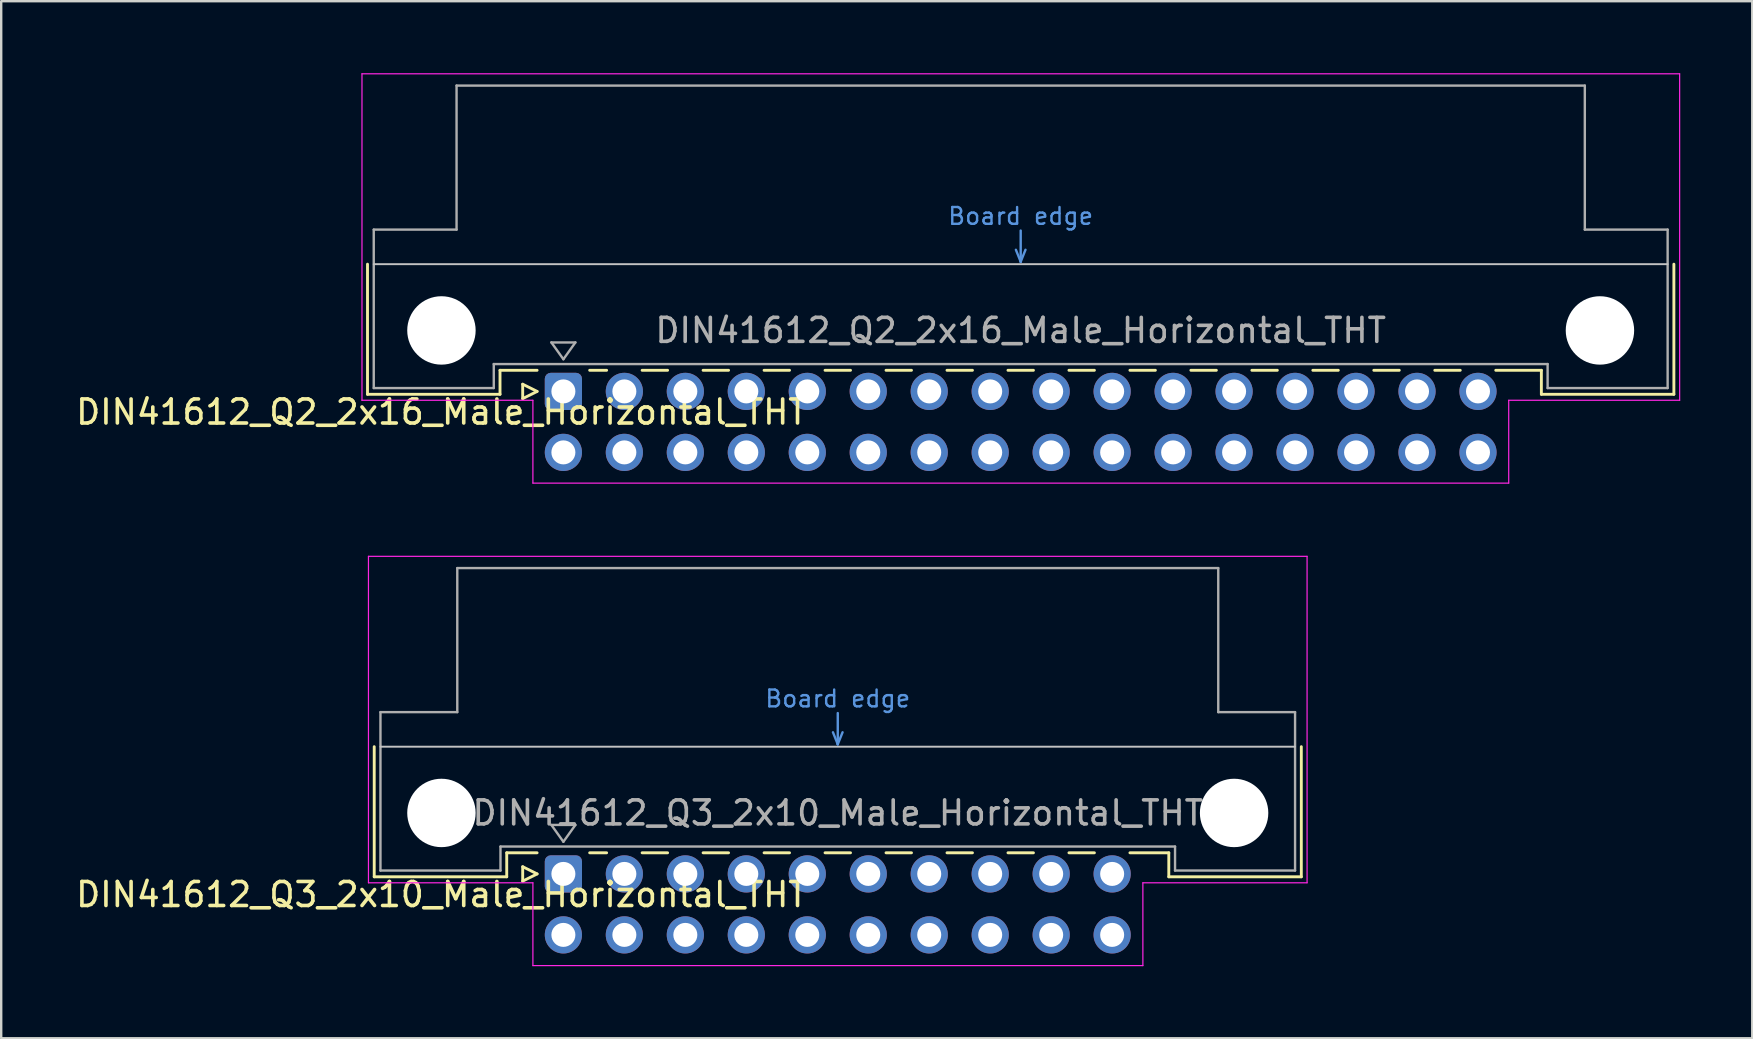
<source format=kicad_pcb>
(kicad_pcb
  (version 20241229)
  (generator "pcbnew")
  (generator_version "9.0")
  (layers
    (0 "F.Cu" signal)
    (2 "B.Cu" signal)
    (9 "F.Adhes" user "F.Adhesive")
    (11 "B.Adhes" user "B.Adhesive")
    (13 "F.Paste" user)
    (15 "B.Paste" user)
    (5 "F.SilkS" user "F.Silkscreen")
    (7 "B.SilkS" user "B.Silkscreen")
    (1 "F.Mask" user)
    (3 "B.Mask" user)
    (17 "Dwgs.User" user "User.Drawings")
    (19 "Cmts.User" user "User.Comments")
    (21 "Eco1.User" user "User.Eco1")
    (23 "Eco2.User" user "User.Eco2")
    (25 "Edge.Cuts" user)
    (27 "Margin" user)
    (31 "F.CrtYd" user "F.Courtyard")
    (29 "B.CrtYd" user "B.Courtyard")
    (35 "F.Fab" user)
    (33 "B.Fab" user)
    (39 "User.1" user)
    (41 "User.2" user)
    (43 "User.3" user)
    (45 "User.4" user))
  (footprint "DIN41612_Q2_2x16_Male_Horizontal_THT"
    (layer "F.Cu")
    (at 20.419 13.255)
    (property "Reference" "DIN41612_Q2_2x16_Male_Horizontal_THT" (at -5.08 0.86 0) (layer "F.SilkS") (effects (font (size 1 1) (thickness 0.15))))
    (attr through_hole)
    (fp_line (start -8.16 -5.3) (end -8.16 0.12) (stroke (width 0.12) (type solid)) (layer "F.SilkS"))
    (fp_line (start -8.16 0.12) (end -2.64 0.12) (stroke (width 0.12) (type solid)) (layer "F.SilkS"))
    (fp_line (start -2.64 -0.88) (end -1.095 -0.88) (stroke (width 0.12) (type solid)) (layer "F.SilkS"))
    (fp_line (start -2.64 0.12) (end -2.64 -0.88) (stroke (width 0.12) (type solid)) (layer "F.SilkS"))
    (fp_line (start -1.695 -0.3) (end -1.695 0.3) (stroke (width 0.12) (type solid)) (layer "F.SilkS"))
    (fp_line (start -1.695 0.3) (end -1.095 0) (stroke (width 0.12) (type solid)) (layer "F.SilkS"))
    (fp_line (start -1.095 0) (end -1.695 -0.3) (stroke (width 0.12) (type solid)) (layer "F.SilkS"))
    (fp_line (start 1.095 -0.88) (end 1.801 -0.88) (stroke (width 0.12) (type solid)) (layer "F.SilkS"))
    (fp_line (start 3.28 -0.88) (end 4.341 -0.88) (stroke (width 0.12) (type solid)) (layer "F.SilkS"))
    (fp_line (start 5.82 -0.88) (end 6.881 -0.88) (stroke (width 0.12) (type solid)) (layer "F.SilkS"))
    (fp_line (start 8.36 -0.88) (end 9.421 -0.88) (stroke (width 0.12) (type solid)) (layer "F.SilkS"))
    (fp_line (start 10.9 -0.88) (end 11.961 -0.88) (stroke (width 0.12) (type solid)) (layer "F.SilkS"))
    (fp_line (start 13.44 -0.88) (end 14.501 -0.88) (stroke (width 0.12) (type solid)) (layer "F.SilkS"))
    (fp_line (start 15.98 -0.88) (end 17.041 -0.88) (stroke (width 0.12) (type solid)) (layer "F.SilkS"))
    (fp_line (start 18.52 -0.88) (end 19.581 -0.88) (stroke (width 0.12) (type solid)) (layer "F.SilkS"))
    (fp_line (start 21.06 -0.88) (end 22.121 -0.88) (stroke (width 0.12) (type solid)) (layer "F.SilkS"))
    (fp_line (start 23.6 -0.88) (end 24.661 -0.88) (stroke (width 0.12) (type solid)) (layer "F.SilkS"))
    (fp_line (start 26.14 -0.88) (end 27.201 -0.88) (stroke (width 0.12) (type solid)) (layer "F.SilkS"))
    (fp_line (start 28.68 -0.88) (end 29.741 -0.88) (stroke (width 0.12) (type solid)) (layer "F.SilkS"))
    (fp_line (start 31.22 -0.88) (end 32.281 -0.88) (stroke (width 0.12) (type solid)) (layer "F.SilkS"))
    (fp_line (start 33.76 -0.88) (end 34.821 -0.88) (stroke (width 0.12) (type solid)) (layer "F.SilkS"))
    (fp_line (start 36.3 -0.88) (end 37.361 -0.88) (stroke (width 0.12) (type solid)) (layer "F.SilkS"))
    (fp_line (start 38.84 -0.88) (end 40.74 -0.88) (stroke (width 0.12) (type solid)) (layer "F.SilkS"))
    (fp_line (start 40.74 0.12) (end 40.74 -0.88) (stroke (width 0.12) (type solid)) (layer "F.SilkS"))
    (fp_line (start 46.26 -5.3) (end 46.26 0.12) (stroke (width 0.12) (type solid)) (layer "F.SilkS"))
    (fp_line (start 46.26 0.12) (end 40.74 0.12) (stroke (width 0.12) (type solid)) (layer "F.SilkS"))
    (fp_line (start -7.9 -5.3) (end 46 -5.3) (stroke (width 0.08) (type solid)) (layer "Dwgs.User"))
    (fp_line (start 18.85 -5.9) (end 19.05 -5.4) (stroke (width 0.1) (type solid)) (layer "Cmts.User"))
    (fp_line (start 19.05 -5.4) (end 19.05 -6.7) (stroke (width 0.1) (type solid)) (layer "Cmts.User"))
    (fp_line (start 19.05 -5.4) (end 19.25 -5.9) (stroke (width 0.1) (type solid)) (layer "Cmts.User"))
    (fp_line (start -8.39 -13.23) (end -8.39 0.37) (stroke (width 0.05) (type solid)) (layer "F.CrtYd"))
    (fp_line (start -8.39 0.37) (end -1.27 0.37) (stroke (width 0.05) (type solid)) (layer "F.CrtYd"))
    (fp_line (start -1.27 0.37) (end -1.27 3.82) (stroke (width 0.05) (type solid)) (layer "F.CrtYd"))
    (fp_line (start -1.27 3.82) (end 39.38 3.82) (stroke (width 0.05) (type solid)) (layer "F.CrtYd"))
    (fp_line (start 39.38 0.37) (end 46.5 0.37) (stroke (width 0.05) (type solid)) (layer "F.CrtYd"))
    (fp_line (start 39.38 3.82) (end 39.38 0.37) (stroke (width 0.05) (type solid)) (layer "F.CrtYd"))
    (fp_line (start 46.5 -13.23) (end -8.39 -13.23) (stroke (width 0.05) (type solid)) (layer "F.CrtYd"))
    (fp_line (start 46.5 0.37) (end 46.5 -13.23) (stroke (width 0.05) (type solid)) (layer "F.CrtYd"))
    (fp_line (start -7.9 -6.74) (end -7.9 -0.14) (stroke (width 0.1) (type solid)) (layer "F.Fab"))
    (fp_line (start -7.9 -0.14) (end -2.9 -0.14) (stroke (width 0.1) (type solid)) (layer "F.Fab"))
    (fp_line (start -4.45 -12.74) (end -4.45 -6.74) (stroke (width 0.1) (type solid)) (layer "F.Fab"))
    (fp_line (start -4.45 -6.74) (end -7.9 -6.74) (stroke (width 0.1) (type solid)) (layer "F.Fab"))
    (fp_line (start -2.9 -1.14) (end 41 -1.14) (stroke (width 0.1) (type solid)) (layer "F.Fab"))
    (fp_line (start -2.9 -0.14) (end -2.9 -1.14) (stroke (width 0.1) (type solid)) (layer "F.Fab"))
    (fp_line (start -0.5 -2.04) (end 0.5 -2.04) (stroke (width 0.1) (type solid)) (layer "F.Fab"))
    (fp_line (start 0 -1.34) (end -0.5 -2.04) (stroke (width 0.1) (type solid)) (layer "F.Fab"))
    (fp_line (start 0.5 -2.04) (end 0 -1.34) (stroke (width 0.1) (type solid)) (layer "F.Fab"))
    (fp_line (start 41 -1.14) (end 41 -0.14) (stroke (width 0.1) (type solid)) (layer "F.Fab"))
    (fp_line (start 41 -0.14) (end 46 -0.14) (stroke (width 0.1) (type solid)) (layer "F.Fab"))
    (fp_line (start 42.55 -12.74) (end -4.45 -12.74) (stroke (width 0.1) (type solid)) (layer "F.Fab"))
    (fp_line (start 42.55 -6.74) (end 42.55 -12.74) (stroke (width 0.1) (type solid)) (layer "F.Fab"))
    (fp_line (start 46 -6.74) (end 42.55 -6.74) (stroke (width 0.1) (type solid)) (layer "F.Fab"))
    (fp_line (start 46 -0.14) (end 46 -6.74) (stroke (width 0.1) (type solid)) (layer "F.Fab"))
    (fp_text user "Board edge" (at 19.05 -7.3 0) (layer "Cmts.User") (effects (font (size 0.7 0.7) (thickness 0.1))))
    (fp_text user "${REFERENCE}" (at 19.05 -2.54 0) (layer "F.Fab") (effects (font (size 1 1) (thickness 0.15))))
    (pad "" np_thru_hole circle (at -5.08 -2.54) (size 2.85 2.85) (drill 2.85) (layers "*.Cu" "*.Mask"))
    (pad "" np_thru_hole circle (at 43.18 -2.54) (size 2.85 2.85) (drill 2.85) (layers "*.Cu" "*.Mask"))
    (pad "a1" thru_hole roundrect (at 0 0) (size 1.55 1.55) (drill 1) (layers "*.Cu" "*.Mask") (roundrect_rratio 0.161))
    (pad "a2" thru_hole circle (at 2.54 0) (size 1.55 1.55) (drill 1) (layers "*.Cu" "*.Mask"))
    (pad "a3" thru_hole circle (at 5.08 0) (size 1.55 1.55) (drill 1) (layers "*.Cu" "*.Mask"))
    (pad "a4" thru_hole circle (at 7.62 0) (size 1.55 1.55) (drill 1) (layers "*.Cu" "*.Mask"))
    (pad "a5" thru_hole circle (at 10.16 0) (size 1.55 1.55) (drill 1) (layers "*.Cu" "*.Mask"))
    (pad "a6" thru_hole circle (at 12.7 0) (size 1.55 1.55) (drill 1) (layers "*.Cu" "*.Mask"))
    (pad "a7" thru_hole circle (at 15.24 0) (size 1.55 1.55) (drill 1) (layers "*.Cu" "*.Mask"))
    (pad "a8" thru_hole circle (at 17.78 0) (size 1.55 1.55) (drill 1) (layers "*.Cu" "*.Mask"))
    (pad "a9" thru_hole circle (at 20.32 0) (size 1.55 1.55) (drill 1) (layers "*.Cu" "*.Mask"))
    (pad "a10" thru_hole circle (at 22.86 0) (size 1.55 1.55) (drill 1) (layers "*.Cu" "*.Mask"))
    (pad "a11" thru_hole circle (at 25.4 0) (size 1.55 1.55) (drill 1) (layers "*.Cu" "*.Mask"))
    (pad "a12" thru_hole circle (at 27.94 0) (size 1.55 1.55) (drill 1) (layers "*.Cu" "*.Mask"))
    (pad "a13" thru_hole circle (at 30.48 0) (size 1.55 1.55) (drill 1) (layers "*.Cu" "*.Mask"))
    (pad "a14" thru_hole circle (at 33.02 0) (size 1.55 1.55) (drill 1) (layers "*.Cu" "*.Mask"))
    (pad "a15" thru_hole circle (at 35.56 0) (size 1.55 1.55) (drill 1) (layers "*.Cu" "*.Mask"))
    (pad "a16" thru_hole circle (at 38.1 0) (size 1.55 1.55) (drill 1) (layers "*.Cu" "*.Mask"))
    (pad "b1" thru_hole circle (at 0 2.54) (size 1.55 1.55) (drill 1) (layers "*.Cu" "*.Mask"))
    (pad "b2" thru_hole circle (at 2.54 2.54) (size 1.55 1.55) (drill 1) (layers "*.Cu" "*.Mask"))
    (pad "b3" thru_hole circle (at 5.08 2.54) (size 1.55 1.55) (drill 1) (layers "*.Cu" "*.Mask"))
    (pad "b4" thru_hole circle (at 7.62 2.54) (size 1.55 1.55) (drill 1) (layers "*.Cu" "*.Mask"))
    (pad "b5" thru_hole circle (at 10.16 2.54) (size 1.55 1.55) (drill 1) (layers "*.Cu" "*.Mask"))
    (pad "b6" thru_hole circle (at 12.7 2.54) (size 1.55 1.55) (drill 1) (layers "*.Cu" "*.Mask"))
    (pad "b7" thru_hole circle (at 15.24 2.54) (size 1.55 1.55) (drill 1) (layers "*.Cu" "*.Mask"))
    (pad "b8" thru_hole circle (at 17.78 2.54) (size 1.55 1.55) (drill 1) (layers "*.Cu" "*.Mask"))
    (pad "b9" thru_hole circle (at 20.32 2.54) (size 1.55 1.55) (drill 1) (layers "*.Cu" "*.Mask"))
    (pad "b10" thru_hole circle (at 22.86 2.54) (size 1.55 1.55) (drill 1) (layers "*.Cu" "*.Mask"))
    (pad "b11" thru_hole circle (at 25.4 2.54) (size 1.55 1.55) (drill 1) (layers "*.Cu" "*.Mask"))
    (pad "b12" thru_hole circle (at 27.94 2.54) (size 1.55 1.55) (drill 1) (layers "*.Cu" "*.Mask"))
    (pad "b13" thru_hole circle (at 30.48 2.54) (size 1.55 1.55) (drill 1) (layers "*.Cu" "*.Mask"))
    (pad "b14" thru_hole circle (at 33.02 2.54) (size 1.55 1.55) (drill 1) (layers "*.Cu" "*.Mask"))
    (pad "b15" thru_hole circle (at 35.56 2.54) (size 1.55 1.55) (drill 1) (layers "*.Cu" "*.Mask"))
    (pad "b16" thru_hole circle (at 38.1 2.54) (size 1.55 1.55) (drill 1) (layers "*.Cu" "*.Mask")))
  (footprint "DIN41612_Q3_2x10_Male_Horizontal_THT"
    (layer "F.Cu")
    (at 20.419 33.355)
    (property "Reference" "DIN41612_Q3_2x10_Male_Horizontal_THT" (at -5.08 0.86 0) (layer "F.SilkS") (effects (font (size 1 1) (thickness 0.15))))
    (attr through_hole)
    (fp_line (start -7.88 -5.3) (end -7.88 0.12) (stroke (width 0.12) (type solid)) (layer "F.SilkS"))
    (fp_line (start -7.88 0.12) (end -2.36 0.12) (stroke (width 0.12) (type solid)) (layer "F.SilkS"))
    (fp_line (start -2.361 -0.88) (end -1.095 -0.88) (stroke (width 0.12) (type solid)) (layer "F.SilkS"))
    (fp_line (start -2.36 0.12) (end -2.36 -0.88) (stroke (width 0.12) (type solid)) (layer "F.SilkS"))
    (fp_line (start -1.695 -0.3) (end -1.695 0.3) (stroke (width 0.12) (type solid)) (layer "F.SilkS"))
    (fp_line (start -1.695 0.3) (end -1.095 0) (stroke (width 0.12) (type solid)) (layer "F.SilkS"))
    (fp_line (start -1.095 0) (end -1.695 -0.3) (stroke (width 0.12) (type solid)) (layer "F.SilkS"))
    (fp_line (start 1.095 -0.88) (end 1.801 -0.88) (stroke (width 0.12) (type solid)) (layer "F.SilkS"))
    (fp_line (start 3.28 -0.88) (end 4.341 -0.88) (stroke (width 0.12) (type solid)) (layer "F.SilkS"))
    (fp_line (start 5.82 -0.88) (end 6.881 -0.88) (stroke (width 0.12) (type solid)) (layer "F.SilkS"))
    (fp_line (start 8.36 -0.88) (end 9.421 -0.88) (stroke (width 0.12) (type solid)) (layer "F.SilkS"))
    (fp_line (start 10.9 -0.88) (end 11.961 -0.88) (stroke (width 0.12) (type solid)) (layer "F.SilkS"))
    (fp_line (start 13.44 -0.88) (end 14.501 -0.88) (stroke (width 0.12) (type solid)) (layer "F.SilkS"))
    (fp_line (start 15.98 -0.88) (end 17.041 -0.88) (stroke (width 0.12) (type solid)) (layer "F.SilkS"))
    (fp_line (start 18.52 -0.88) (end 19.581 -0.88) (stroke (width 0.12) (type solid)) (layer "F.SilkS"))
    (fp_line (start 21.06 -0.88) (end 22.121 -0.88) (stroke (width 0.12) (type solid)) (layer "F.SilkS"))
    (fp_line (start 23.6 -0.88) (end 25.22 -0.88) (stroke (width 0.12) (type solid)) (layer "F.SilkS"))
    (fp_line (start 25.22 0.12) (end 25.22 -0.88) (stroke (width 0.12) (type solid)) (layer "F.SilkS"))
    (fp_line (start 30.74 -5.3) (end 30.74 0.12) (stroke (width 0.12) (type solid)) (layer "F.SilkS"))
    (fp_line (start 30.74 0.12) (end 25.22 0.12) (stroke (width 0.12) (type solid)) (layer "F.SilkS"))
    (fp_line (start -7.62 -5.3) (end 30.48 -5.3) (stroke (width 0.08) (type solid)) (layer "Dwgs.User"))
    (fp_line (start 11.23 -5.9) (end 11.43 -5.4) (stroke (width 0.1) (type solid)) (layer "Cmts.User"))
    (fp_line (start 11.43 -5.4) (end 11.43 -6.7) (stroke (width 0.1) (type solid)) (layer "Cmts.User"))
    (fp_line (start 11.43 -5.4) (end 11.63 -5.9) (stroke (width 0.1) (type solid)) (layer "Cmts.User"))
    (fp_line (start -8.12 -13.23) (end -8.12 0.37) (stroke (width 0.05) (type solid)) (layer "F.CrtYd"))
    (fp_line (start -8.12 0.37) (end -1.27 0.37) (stroke (width 0.05) (type solid)) (layer "F.CrtYd"))
    (fp_line (start -1.27 0.37) (end -1.27 3.82) (stroke (width 0.05) (type solid)) (layer "F.CrtYd"))
    (fp_line (start -1.27 3.82) (end 24.14 3.82) (stroke (width 0.05) (type solid)) (layer "F.CrtYd"))
    (fp_line (start 24.14 0.37) (end 30.98 0.37) (stroke (width 0.05) (type solid)) (layer "F.CrtYd"))
    (fp_line (start 24.14 3.82) (end 24.14 0.37) (stroke (width 0.05) (type solid)) (layer "F.CrtYd"))
    (fp_line (start 30.98 -13.23) (end -8.12 -13.23) (stroke (width 0.05) (type solid)) (layer "F.CrtYd"))
    (fp_line (start 30.98 0.37) (end 30.98 -13.23) (stroke (width 0.05) (type solid)) (layer "F.CrtYd"))
    (fp_line (start -7.62 -6.74) (end -7.62 -0.14) (stroke (width 0.1) (type solid)) (layer "F.Fab"))
    (fp_line (start -7.62 -0.14) (end -2.62 -0.14) (stroke (width 0.1) (type solid)) (layer "F.Fab"))
    (fp_line (start -4.42 -12.74) (end -4.42 -6.74) (stroke (width 0.1) (type solid)) (layer "F.Fab"))
    (fp_line (start -4.42 -6.74) (end -7.62 -6.74) (stroke (width 0.1) (type solid)) (layer "F.Fab"))
    (fp_line (start -2.62 -1.14) (end 25.48 -1.14) (stroke (width 0.1) (type solid)) (layer "F.Fab"))
    (fp_line (start -2.62 -0.14) (end -2.62 -1.14) (stroke (width 0.1) (type solid)) (layer "F.Fab"))
    (fp_line (start -0.5 -2.04) (end 0.5 -2.04) (stroke (width 0.1) (type solid)) (layer "F.Fab"))
    (fp_line (start 0 -1.34) (end -0.5 -2.04) (stroke (width 0.1) (type solid)) (layer "F.Fab"))
    (fp_line (start 0.5 -2.04) (end 0 -1.34) (stroke (width 0.1) (type solid)) (layer "F.Fab"))
    (fp_line (start 25.48 -1.14) (end 25.48 -0.14) (stroke (width 0.1) (type solid)) (layer "F.Fab"))
    (fp_line (start 25.48 -0.14) (end 30.48 -0.14) (stroke (width 0.1) (type solid)) (layer "F.Fab"))
    (fp_line (start 27.28 -12.74) (end -4.42 -12.74) (stroke (width 0.1) (type solid)) (layer "F.Fab"))
    (fp_line (start 27.28 -6.74) (end 27.28 -12.74) (stroke (width 0.1) (type solid)) (layer "F.Fab"))
    (fp_line (start 30.48 -6.74) (end 27.28 -6.74) (stroke (width 0.1) (type solid)) (layer "F.Fab"))
    (fp_line (start 30.48 -0.14) (end 30.48 -6.74) (stroke (width 0.1) (type solid)) (layer "F.Fab"))
    (fp_text user "Board edge" (at 11.43 -7.3 0) (layer "Cmts.User") (effects (font (size 0.7 0.7) (thickness 0.1))))
    (fp_text user "${REFERENCE}" (at 11.43 -2.54 0) (layer "F.Fab") (effects (font (size 1 1) (thickness 0.15))))
    (pad "" np_thru_hole circle (at -5.08 -2.54) (size 2.85 2.85) (drill 2.85) (layers "*.Cu" "*.Mask"))
    (pad "" np_thru_hole circle (at 27.94 -2.54) (size 2.85 2.85) (drill 2.85) (layers "*.Cu" "*.Mask"))
    (pad "a1" thru_hole roundrect (at 0 0) (size 1.55 1.55) (drill 1) (layers "*.Cu" "*.Mask") (roundrect_rratio 0.161))
    (pad "a2" thru_hole circle (at 2.54 0) (size 1.55 1.55) (drill 1) (layers "*.Cu" "*.Mask"))
    (pad "a3" thru_hole circle (at 5.08 0) (size 1.55 1.55) (drill 1) (layers "*.Cu" "*.Mask"))
    (pad "a4" thru_hole circle (at 7.62 0) (size 1.55 1.55) (drill 1) (layers "*.Cu" "*.Mask"))
    (pad "a5" thru_hole circle (at 10.16 0) (size 1.55 1.55) (drill 1) (layers "*.Cu" "*.Mask"))
    (pad "a6" thru_hole circle (at 12.7 0) (size 1.55 1.55) (drill 1) (layers "*.Cu" "*.Mask"))
    (pad "a7" thru_hole circle (at 15.24 0) (size 1.55 1.55) (drill 1) (layers "*.Cu" "*.Mask"))
    (pad "a8" thru_hole circle (at 17.78 0) (size 1.55 1.55) (drill 1) (layers "*.Cu" "*.Mask"))
    (pad "a9" thru_hole circle (at 20.32 0) (size 1.55 1.55) (drill 1) (layers "*.Cu" "*.Mask"))
    (pad "a10" thru_hole circle (at 22.86 0) (size 1.55 1.55) (drill 1) (layers "*.Cu" "*.Mask"))
    (pad "b1" thru_hole circle (at 0 2.54) (size 1.55 1.55) (drill 1) (layers "*.Cu" "*.Mask"))
    (pad "b2" thru_hole circle (at 2.54 2.54) (size 1.55 1.55) (drill 1) (layers "*.Cu" "*.Mask"))
    (pad "b3" thru_hole circle (at 5.08 2.54) (size 1.55 1.55) (drill 1) (layers "*.Cu" "*.Mask"))
    (pad "b4" thru_hole circle (at 7.62 2.54) (size 1.55 1.55) (drill 1) (layers "*.Cu" "*.Mask"))
    (pad "b5" thru_hole circle (at 10.16 2.54) (size 1.55 1.55) (drill 1) (layers "*.Cu" "*.Mask"))
    (pad "b6" thru_hole circle (at 12.7 2.54) (size 1.55 1.55) (drill 1) (layers "*.Cu" "*.Mask"))
    (pad "b7" thru_hole circle (at 15.24 2.54) (size 1.55 1.55) (drill 1) (layers "*.Cu" "*.Mask"))
    (pad "b8" thru_hole circle (at 17.78 2.54) (size 1.55 1.55) (drill 1) (layers "*.Cu" "*.Mask"))
    (pad "b9" thru_hole circle (at 20.32 2.54) (size 1.55 1.55) (drill 1) (layers "*.Cu" "*.Mask"))
    (pad "b10" thru_hole circle (at 22.86 2.54) (size 1.55 1.55) (drill 1) (layers "*.Cu" "*.Mask")))
  (gr_rect
    (start -3 -3)
    (end 69.944 40.2)
    (stroke (width 0.1) (type default))
    (fill no)
    (layer "Edge.Cuts")))
</source>
